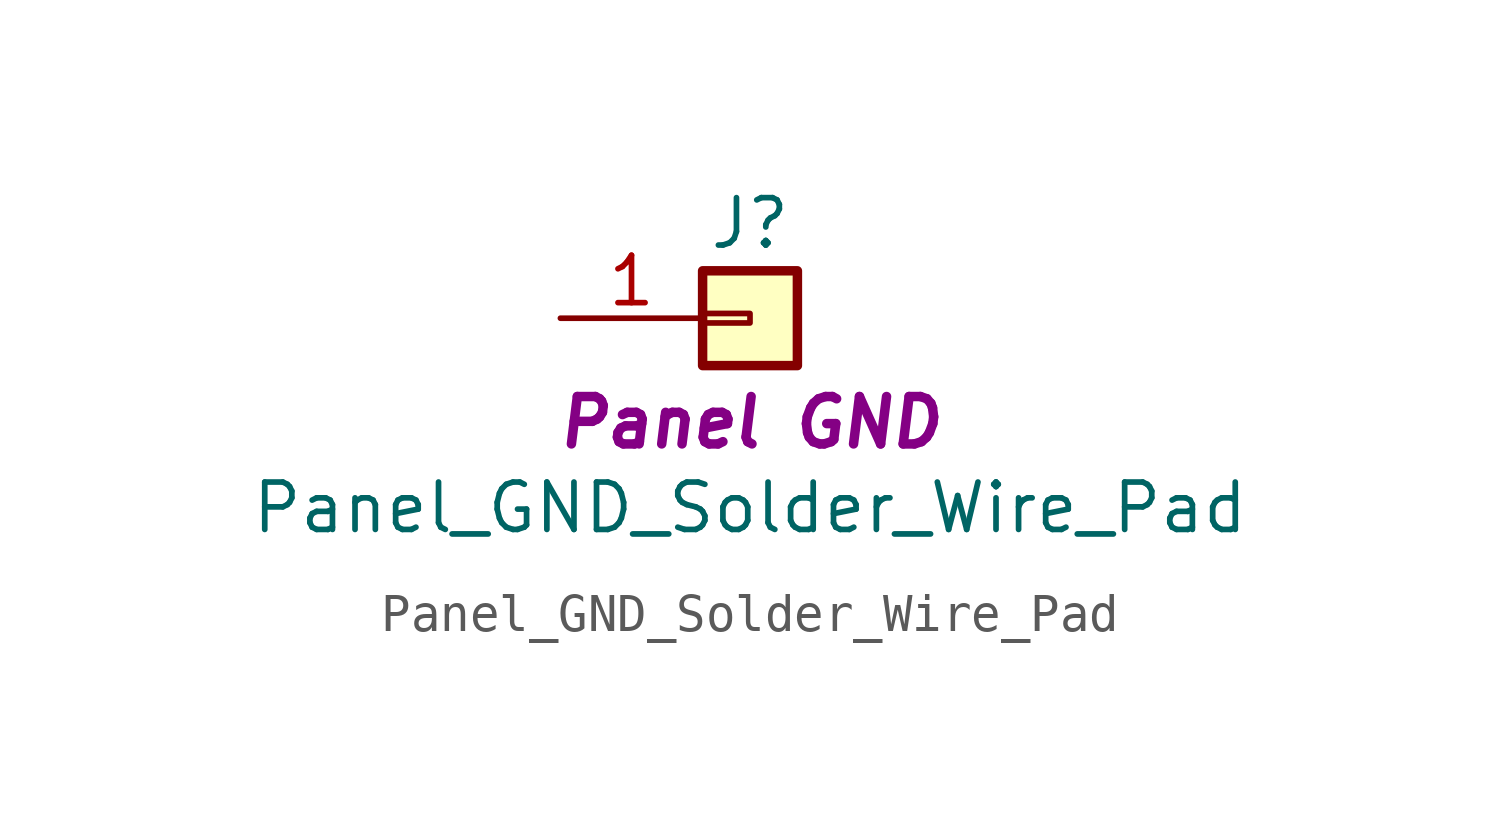
<source format=kicad_sym>
(kicad_symbol_lib
  (version 20231120)
  (generator "kicad_symbol_editor")
  (generator_version "8.0")
  (symbol "Panel_GND_Solder_Wire_Pad"
    (pin_names
      (offset 1.016) hide)
    (property "Reference" "J"
      (at 0 2.54 0)
      (effects (font (size 1.27 1.27))))
    (property "Value" "Panel_GND_Solder_Wire_Pad"
      (at 0 -5.08 0)
      (effects (font (size 1.27 1.27))))
    (property "Function" "Panel GND"
      (at 0 -2.794 0)
      (effects (font (size 1.27 1.27) (thickness 0.254) (bold yes) (italic yes))))
    (symbol "Panel_GND_Solder_Wire_Pad_1_1"
      (rectangle (start -1.27 0.127) (end 0 -0.127) (stroke (width 0.152) (type default)) (fill (type none)))
      (rectangle (start -1.27 1.27) (end 1.27 -1.27) (stroke (width 0.254) (type default)) (fill (type background)))
      (pin power_out line (at -5.08 0 0) (length 3.81) (name "Pin_1" (effects (font (size 1.27 1.27)))) (number "1" (effects (font (size 1.27 1.27))))))))
</source>
